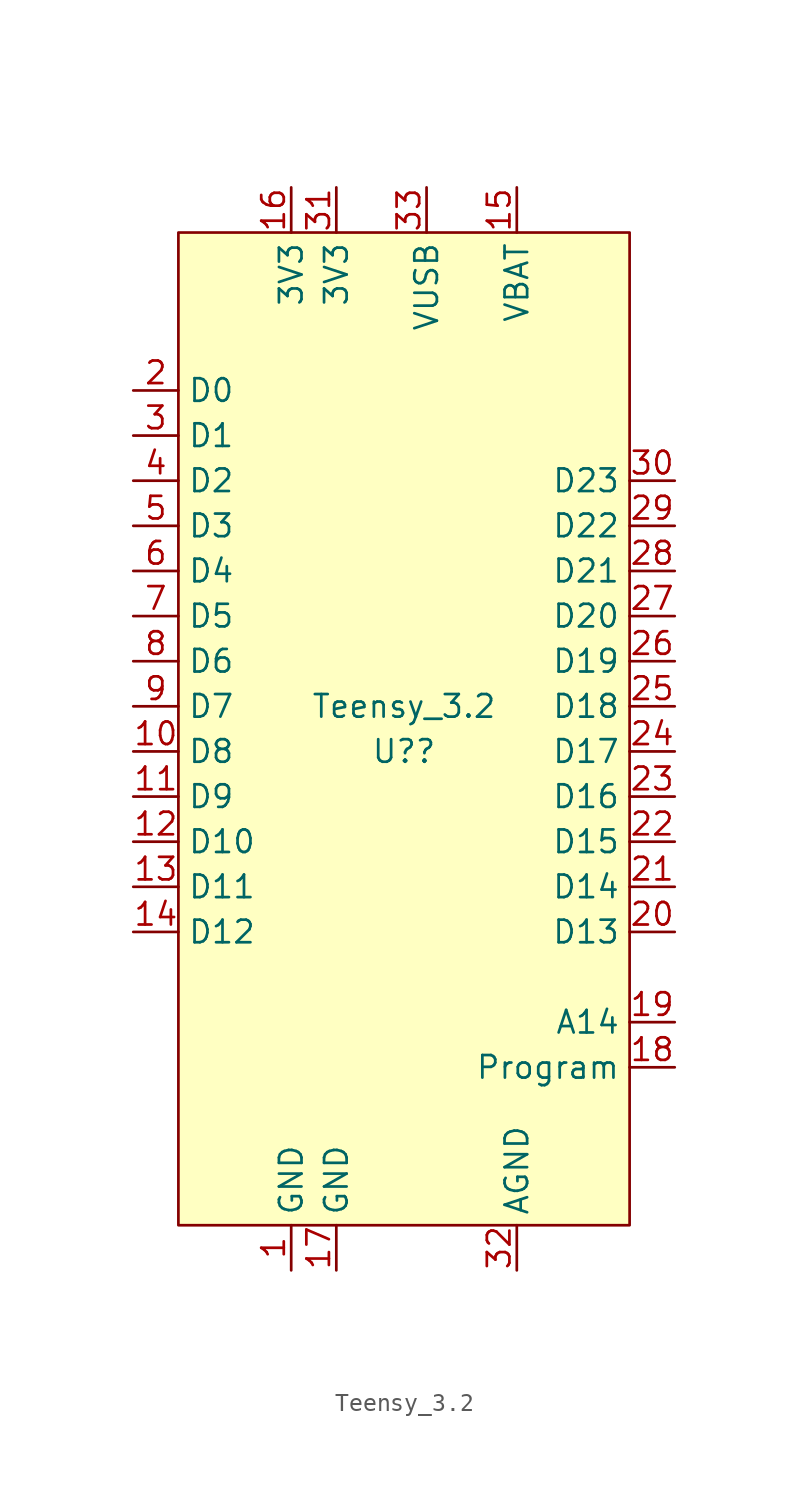
<source format=kicad_sym>
(kicad_symbol_lib
  (version 20211014)
  (generator kicad_symbol_editor)
  (symbol "Teensy_3.2"
    (property "Reference" "U?"
      (at 0 -1.27 0)
      (effects (font (size 1.27 1.27))))
    (property "Value" "Teensy_3.2"
      (at 0 1.27 0)
      (effects (font (size 1.27 1.27))))
    (symbol "Teensy_3.2_0_1"
      (rectangle (start -12.7 27.94) (end 12.7 -27.94) (stroke (width 0.152) (type default) (color 0 0 0 0)) (fill (type background))))
    (symbol "Teensy_3.2_1_1"
      (pin power_out line (at -6.35 -30.48 90) (length 2.54) (name "GND" (effects (font (size 1.27 1.27)))) (number "1" (effects (font (size 1.27 1.27)))))
      (pin bidirectional line (at -15.24 -1.27 0) (length 2.54) (name "D8" (effects (font (size 1.27 1.27)))) (number "10" (effects (font (size 1.27 1.27)))))
      (pin bidirectional line (at -15.24 -3.81 0) (length 2.54) (name "D9" (effects (font (size 1.27 1.27)))) (number "11" (effects (font (size 1.27 1.27)))))
      (pin bidirectional line (at -15.24 -6.35 0) (length 2.54) (name "D10" (effects (font (size 1.27 1.27)))) (number "12" (effects (font (size 1.27 1.27)))))
      (pin bidirectional line (at -15.24 -8.89 0) (length 2.54) (name "D11" (effects (font (size 1.27 1.27)))) (number "13" (effects (font (size 1.27 1.27)))))
      (pin bidirectional line (at -15.24 -11.43 0) (length 2.54) (name "D12" (effects (font (size 1.27 1.27)))) (number "14" (effects (font (size 1.27 1.27)))))
      (pin power_in line (at 6.35 30.48 270) (length 2.54) (name "VBAT" (effects (font (size 1.27 1.27)))) (number "15" (effects (font (size 1.27 1.27)))))
      (pin power_out line (at -6.35 30.48 270) (length 2.54) (name "3V3" (effects (font (size 1.27 1.27)))) (number "16" (effects (font (size 1.27 1.27)))))
      (pin power_out line (at -3.81 -30.48 90) (length 2.54) (name "GND" (effects (font (size 1.27 1.27)))) (number "17" (effects (font (size 1.27 1.27)))))
      (pin input line (at 15.24 -19.05 180) (length 2.54) (name "Program" (effects (font (size 1.27 1.27)))) (number "18" (effects (font (size 1.27 1.27)))))
      (pin input line (at 15.24 -16.51 180) (length 2.54) (name "A14" (effects (font (size 1.27 1.27)))) (number "19" (effects (font (size 1.27 1.27)))))
      (pin bidirectional line (at -15.24 19.05 0) (length 2.54) (name "D0" (effects (font (size 1.27 1.27)))) (number "2" (effects (font (size 1.27 1.27)))))
      (pin bidirectional line (at 15.24 -11.43 180) (length 2.54) (name "D13" (effects (font (size 1.27 1.27)))) (number "20" (effects (font (size 1.27 1.27)))))
      (pin bidirectional line (at 15.24 -8.89 180) (length 2.54) (name "D14" (effects (font (size 1.27 1.27)))) (number "21" (effects (font (size 1.27 1.27)))))
      (pin bidirectional line (at 15.24 -6.35 180) (length 2.54) (name "D15" (effects (font (size 1.27 1.27)))) (number "22" (effects (font (size 1.27 1.27)))))
      (pin bidirectional line (at 15.24 -3.81 180) (length 2.54) (name "D16" (effects (font (size 1.27 1.27)))) (number "23" (effects (font (size 1.27 1.27)))))
      (pin bidirectional line (at 15.24 -1.27 180) (length 2.54) (name "D17" (effects (font (size 1.27 1.27)))) (number "24" (effects (font (size 1.27 1.27)))))
      (pin bidirectional line (at 15.24 1.27 180) (length 2.54) (name "D18" (effects (font (size 1.27 1.27)))) (number "25" (effects (font (size 1.27 1.27)))))
      (pin bidirectional line (at 15.24 3.81 180) (length 2.54) (name "D19" (effects (font (size 1.27 1.27)))) (number "26" (effects (font (size 1.27 1.27)))))
      (pin bidirectional line (at 15.24 6.35 180) (length 2.54) (name "D20" (effects (font (size 1.27 1.27)))) (number "27" (effects (font (size 1.27 1.27)))))
      (pin bidirectional line (at 15.24 8.89 180) (length 2.54) (name "D21" (effects (font (size 1.27 1.27)))) (number "28" (effects (font (size 1.27 1.27)))))
      (pin bidirectional line (at 15.24 11.43 180) (length 2.54) (name "D22" (effects (font (size 1.27 1.27)))) (number "29" (effects (font (size 1.27 1.27)))))
      (pin bidirectional line (at -15.24 16.51 0) (length 2.54) (name "D1" (effects (font (size 1.27 1.27)))) (number "3" (effects (font (size 1.27 1.27)))))
      (pin bidirectional line (at 15.24 13.97 180) (length 2.54) (name "D23" (effects (font (size 1.27 1.27)))) (number "30" (effects (font (size 1.27 1.27)))))
      (pin power_out line (at -3.81 30.48 270) (length 2.54) (name "3V3" (effects (font (size 1.27 1.27)))) (number "31" (effects (font (size 1.27 1.27)))))
      (pin power_out line (at 6.35 -30.48 90) (length 2.54) (name "AGND" (effects (font (size 1.27 1.27)))) (number "32" (effects (font (size 1.27 1.27)))))
      (pin power_out line (at 1.27 30.48 270) (length 2.54) (name "VUSB" (effects (font (size 1.27 1.27)))) (number "33" (effects (font (size 1.27 1.27)))))
      (pin bidirectional line (at -15.24 13.97 0) (length 2.54) (name "D2" (effects (font (size 1.27 1.27)))) (number "4" (effects (font (size 1.27 1.27)))))
      (pin bidirectional line (at -15.24 11.43 0) (length 2.54) (name "D3" (effects (font (size 1.27 1.27)))) (number "5" (effects (font (size 1.27 1.27)))))
      (pin bidirectional line (at -15.24 8.89 0) (length 2.54) (name "D4" (effects (font (size 1.27 1.27)))) (number "6" (effects (font (size 1.27 1.27)))))
      (pin bidirectional line (at -15.24 6.35 0) (length 2.54) (name "D5" (effects (font (size 1.27 1.27)))) (number "7" (effects (font (size 1.27 1.27)))))
      (pin bidirectional line (at -15.24 3.81 0) (length 2.54) (name "D6" (effects (font (size 1.27 1.27)))) (number "8" (effects (font (size 1.27 1.27)))))
      (pin bidirectional line (at -15.24 1.27 0) (length 2.54) (name "D7" (effects (font (size 1.27 1.27)))) (number "9" (effects (font (size 1.27 1.27))))))))
</source>
